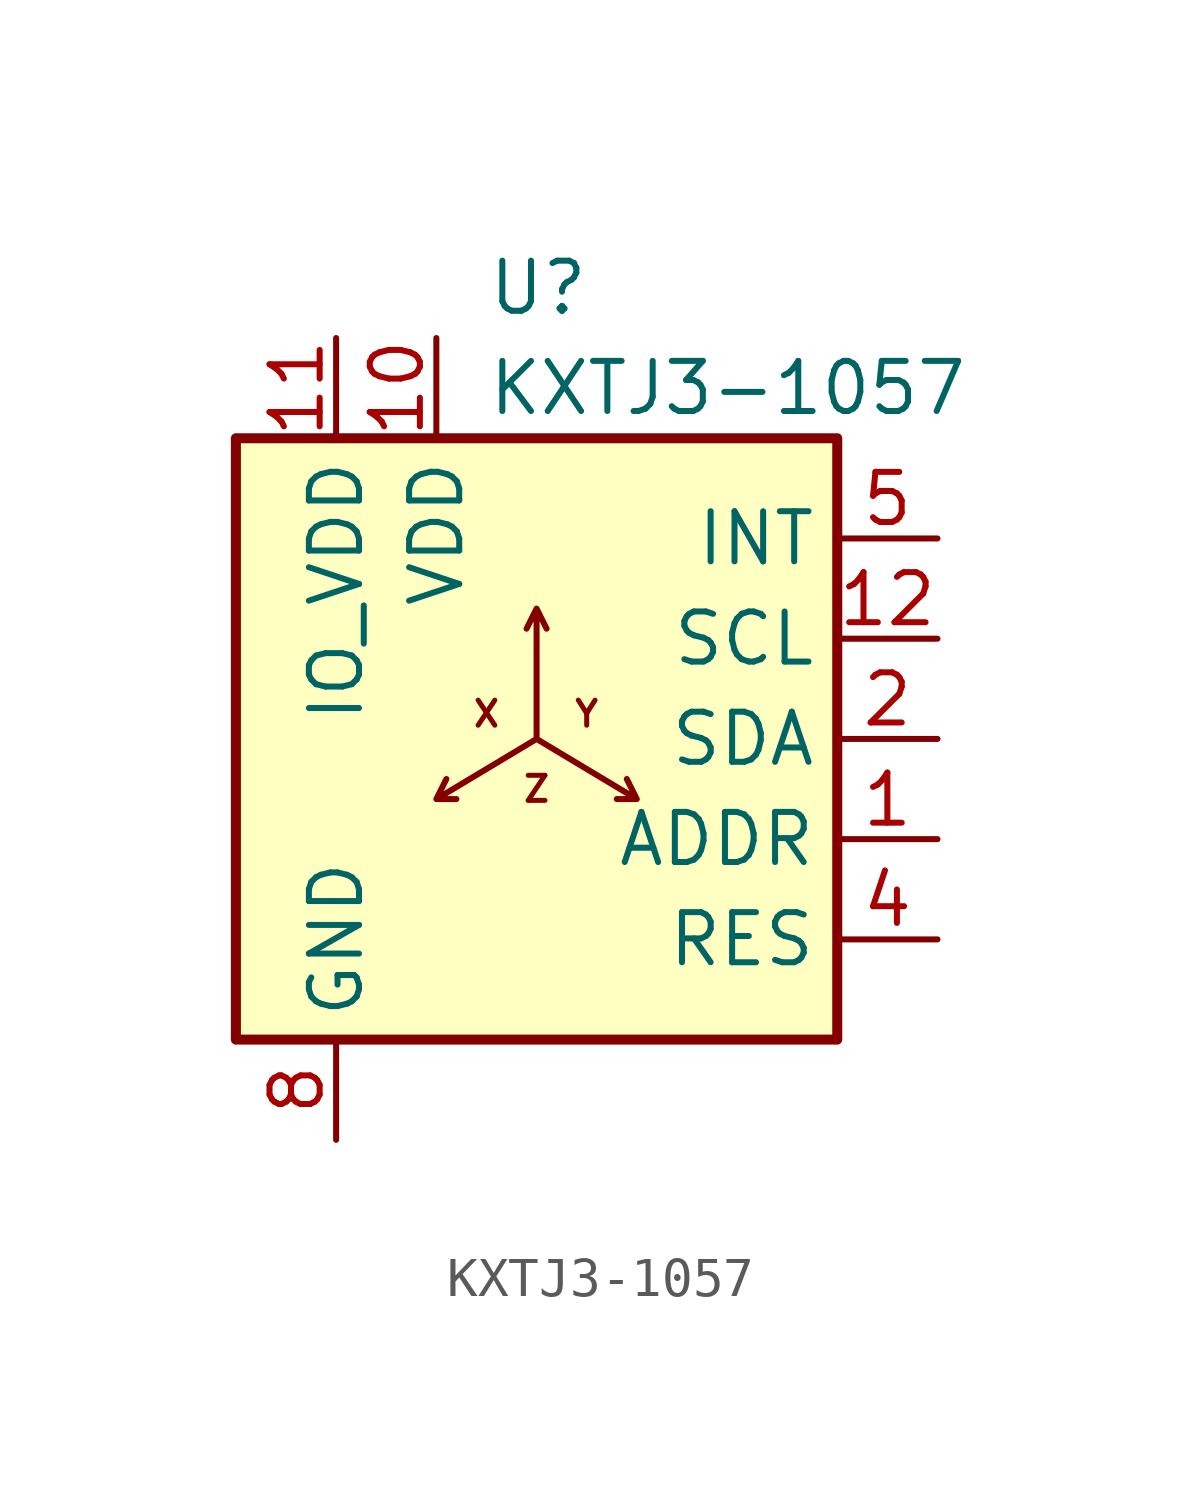
<source format=kicad_sym>
(kicad_symbol_lib
  (version 20201005)
  (generator kicad_symbol_editor)
  (symbol "KXTJ3-1057"
    (property "Reference" "U"
      (at -1.27 11.43 0)
      (effects (font (size 1.27 1.27)) (justify left)))
    (property "Value" "KXTJ3-1057"
      (at -1.27 8.89 0)
      (effects (font (size 1.27 1.27)) (justify left)))
    (symbol "KXTJ3-1057_0_0"
      (text "X" (at -1.27 0.635 0) (effects (font (size 0.635 0.635) bold)))
      (text "Y" (at 1.27 0.635 0) (effects (font (size 0.635 0.635) bold)))
      (text "Z" (at 0 -1.27 0) (effects (font (size 0.635 0.635) bold))))
    (symbol "KXTJ3-1057_0_1"
      (rectangle (start -7.62 7.62) (end 7.62 -7.62) (stroke (width 0.254)) (fill (type background)))
      (polyline (pts (xy 0 0) (xy 0 3.302) (xy 0.254 2.794) (xy 0 3.302) (xy -0.254 2.794) (xy 0 3.302) (xy 0 0) (xy 2.54 -1.524) (xy 2.286 -1.016) (xy 2.54 -1.524) (xy 2.032 -1.524) (xy 2.54 -1.524) (xy 0 0) (xy -2.54 -1.524) (xy -2.286 -1.016) (xy -2.54 -1.524) (xy -2.032 -1.524)) (stroke (width 0)) (fill (type none))))
    (symbol "KXTJ3-1057_1_1"
      (pin input line (at 10.16 -2.54 180) (length 2.54) (name "ADDR" (effects (font (size 1.27 1.27)))) (number "1" (effects (font (size 1.27 1.27)))))
      (pin power_in line (at -2.54 10.16 270) (length 2.54) (name "VDD" (effects (font (size 1.27 1.27)))) (number "10" (effects (font (size 1.27 1.27)))))
      (pin power_in line (at -5.08 10.16 270) (length 2.54) (name "IO_VDD" (effects (font (size 1.27 1.27)))) (number "11" (effects (font (size 1.27 1.27)))))
      (pin input line (at 10.16 2.54 180) (length 2.54) (name "SCL" (effects (font (size 1.27 1.27)))) (number "12" (effects (font (size 1.27 1.27)))))
      (pin bidirectional line (at 10.16 0 180) (length 2.54) (name "SDA" (effects (font (size 1.27 1.27)))) (number "2" (effects (font (size 1.27 1.27)))))
      (pin passive line (at -5.08 10.16 270) (length 2.54) hide (name "IO_VDD" (effects (font (size 1.27 1.27)))) (number "3" (effects (font (size 1.27 1.27)))))
      (pin passive line (at 10.16 -5.08 180) (length 2.54) (name "RES" (effects (font (size 1.27 1.27)))) (number "4" (effects (font (size 1.27 1.27)))))
      (pin output line (at 10.16 5.08 180) (length 2.54) (name "INT" (effects (font (size 1.27 1.27)))) (number "5" (effects (font (size 1.27 1.27)))))
      (pin passive line (at -5.08 -10.16 90) (length 2.54) hide (name "GND" (effects (font (size 1.27 1.27)))) (number "6" (effects (font (size 1.27 1.27)))))
      (pin passive line (at -2.54 10.16 270) (length 2.54) hide (name "VDD" (effects (font (size 1.27 1.27)))) (number "7" (effects (font (size 1.27 1.27)))))
      (pin power_in line (at -5.08 -10.16 90) (length 2.54) (name "GND" (effects (font (size 1.27 1.27)))) (number "8" (effects (font (size 1.27 1.27)))))
      (pin passive line (at -5.08 -10.16 90) (length 2.54) hide (name "GND" (effects (font (size 1.27 1.27)))) (number "9" (effects (font (size 1.27 1.27))))))))
</source>
